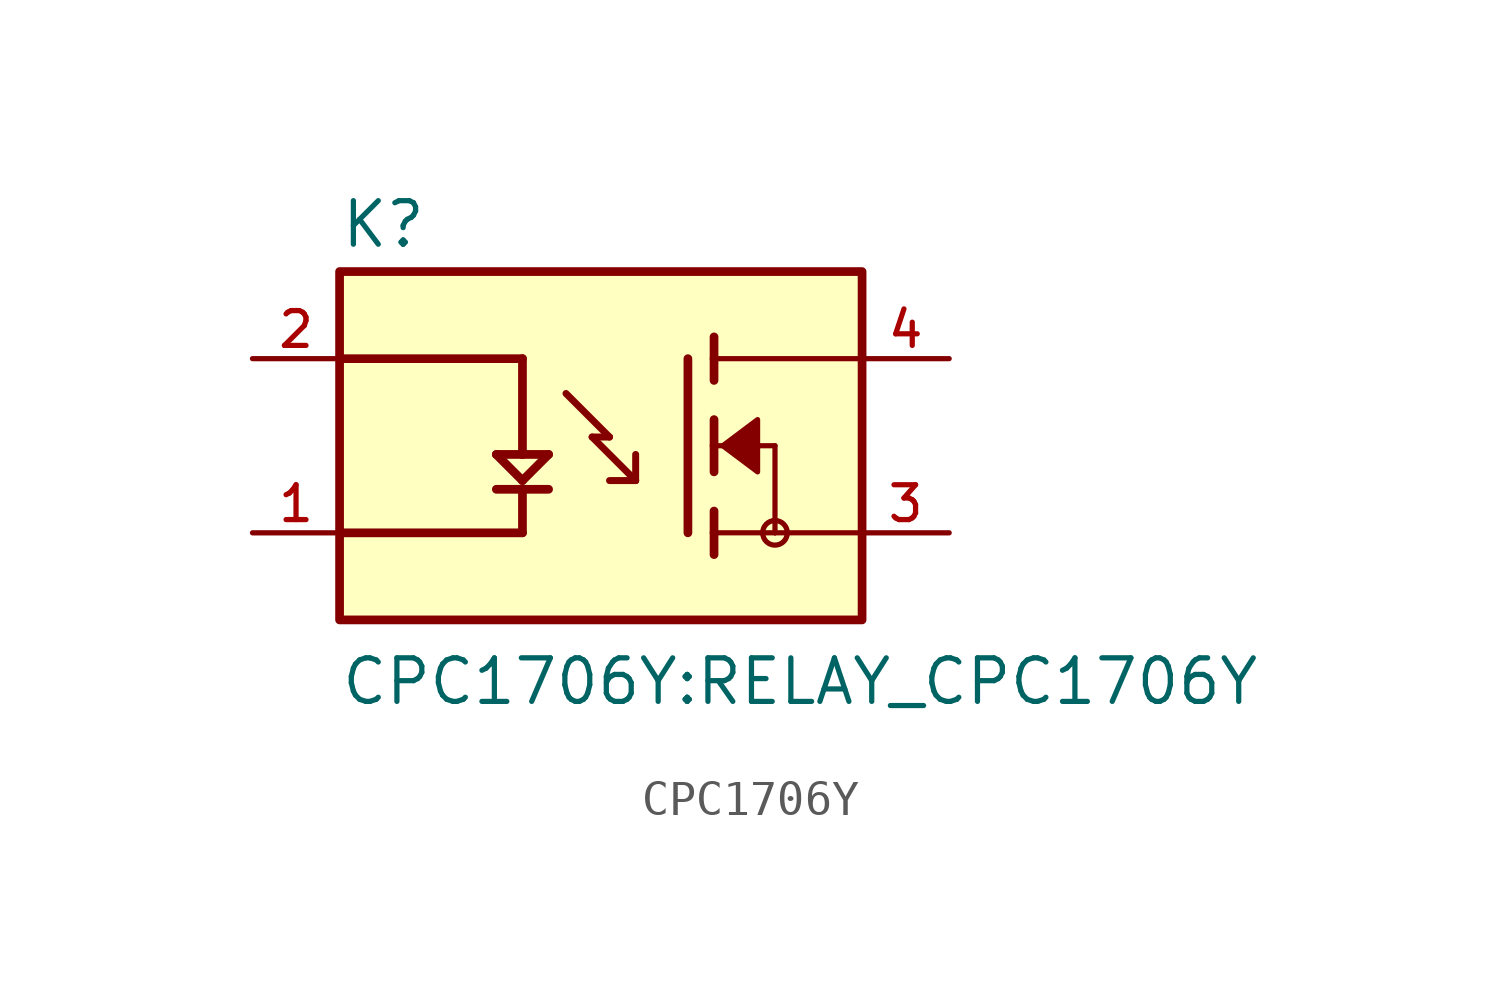
<source format=kicad_sym>
(kicad_symbol_lib
  (version 20211014)
  (generator kicad_symbol_editor)
  (symbol "CPC1706Y"
    (pin_names
      (offset 1.016))
    (property "Reference" "K"
      (at -7.62 5.715 0)
      (effects (font (size 1.27 1.27)) (justify bottom left)))
    (property "Value" "CPC1706Y:RELAY_CPC1706Y"
      (at -7.62 -7.62 0)
      (effects (font (size 1.27 1.27)) (justify bottom left)))
    (symbol "CPC1706Y_0_0"
      (polyline (pts (xy -7.62 2.54) (xy -2.286 2.54)) (stroke (width 0.254)))
      (polyline (pts (xy -2.286 2.54) (xy -2.286 -0.254)) (stroke (width 0.254)))
      (polyline (pts (xy -2.286 -0.254) (xy -1.524 -0.254)) (stroke (width 0.254)))
      (polyline (pts (xy -2.286 -0.254) (xy -3.048 -0.254)) (stroke (width 0.254)))
      (polyline (pts (xy -3.048 -0.254) (xy -2.286 -1.016)) (stroke (width 0.254)))
      (polyline (pts (xy -2.286 -1.016) (xy -1.524 -0.254)) (stroke (width 0.254)))
      (polyline (pts (xy -3.048 -1.27) (xy -1.524 -1.27)) (stroke (width 0.254)))
      (polyline (pts (xy -2.286 -1.27) (xy -2.286 -2.54)) (stroke (width 0.254)))
      (polyline (pts (xy -2.286 -2.54) (xy -7.62 -2.54)) (stroke (width 0.254)))
      (polyline (pts (xy 0.254 0.254) (xy -0.254 0.254)) (stroke (width 0.203)))
      (polyline (pts (xy -0.254 0.254) (xy 1.016 -1.016)) (stroke (width 0.203)))
      (polyline (pts (xy 1.016 -1.016) (xy 1.016 -0.254)) (stroke (width 0.203)))
      (polyline (pts (xy 1.016 -1.016) (xy 0.254 -1.016)) (stroke (width 0.203)))
      (polyline (pts (xy -1.016 1.524) (xy 0.254 0.254)) (stroke (width 0.203)))
      (polyline (pts (xy 3.302 0.762) (xy 3.302 0.0)) (stroke (width 0.254)))
      (polyline (pts (xy 3.302 0.0) (xy 3.302 -0.762)) (stroke (width 0.254)))
      (polyline (pts (xy 3.302 3.175) (xy 3.302 2.54)) (stroke (width 0.254)))
      (polyline (pts (xy 3.302 2.54) (xy 3.302 1.905)) (stroke (width 0.254)))
      (polyline (pts (xy 3.302 0.0) (xy 5.08 0.0)) (stroke (width 0.152)))
      (polyline (pts (xy 5.08 0.0) (xy 5.08 -2.54)) (stroke (width 0.152)))
      (polyline (pts (xy 3.302 -1.905) (xy 3.302 -2.54)) (stroke (width 0.254)))
      (polyline (pts (xy 3.302 -2.54) (xy 3.302 -3.175)) (stroke (width 0.254)))
      (polyline (pts (xy 2.54 2.54) (xy 2.54 -2.54)) (stroke (width 0.254)))
      (polyline (pts (xy 5.08 -2.54) (xy 3.302 -2.54)) (stroke (width 0.152)))
      (polyline (pts (xy 5.08 -2.54) (xy 7.62 -2.54)) (stroke (width 0.152)))
      (polyline (pts (xy 3.302 2.54) (xy 7.62 2.54)) (stroke (width 0.152)))
      (circle (center 5.08 -2.54) (radius 0.359) (stroke (width 0.0)) (fill (type none)))
      (polyline (pts (xy 3.556 0.0) (xy 4.572 0.762) (xy 4.572 -0.762) (xy 3.556 0.0)) (stroke (width 0.152)) (fill (type outline)))
      (rectangle (start -7.62 -5.08) (end 7.62 5.08) (stroke (width 0.254)) (fill (type background)))
      (pin passive line (at -10.16 2.54 0) (length 2.54) (name "~" (effects (font (size 1.016 1.016)))) (number "2" (effects (font (size 1.016 1.016)))))
      (pin passive line (at -10.16 -2.54 0) (length 2.54) (name "~" (effects (font (size 1.016 1.016)))) (number "1" (effects (font (size 1.016 1.016)))))
      (pin passive line (at 10.16 2.54 180.0) (length 2.54) (name "~" (effects (font (size 1.016 1.016)))) (number "4" (effects (font (size 1.016 1.016)))))
      (pin passive line (at 10.16 -2.54 180.0) (length 2.54) (name "~" (effects (font (size 1.016 1.016)))) (number "3" (effects (font (size 1.016 1.016))))))))
</source>
